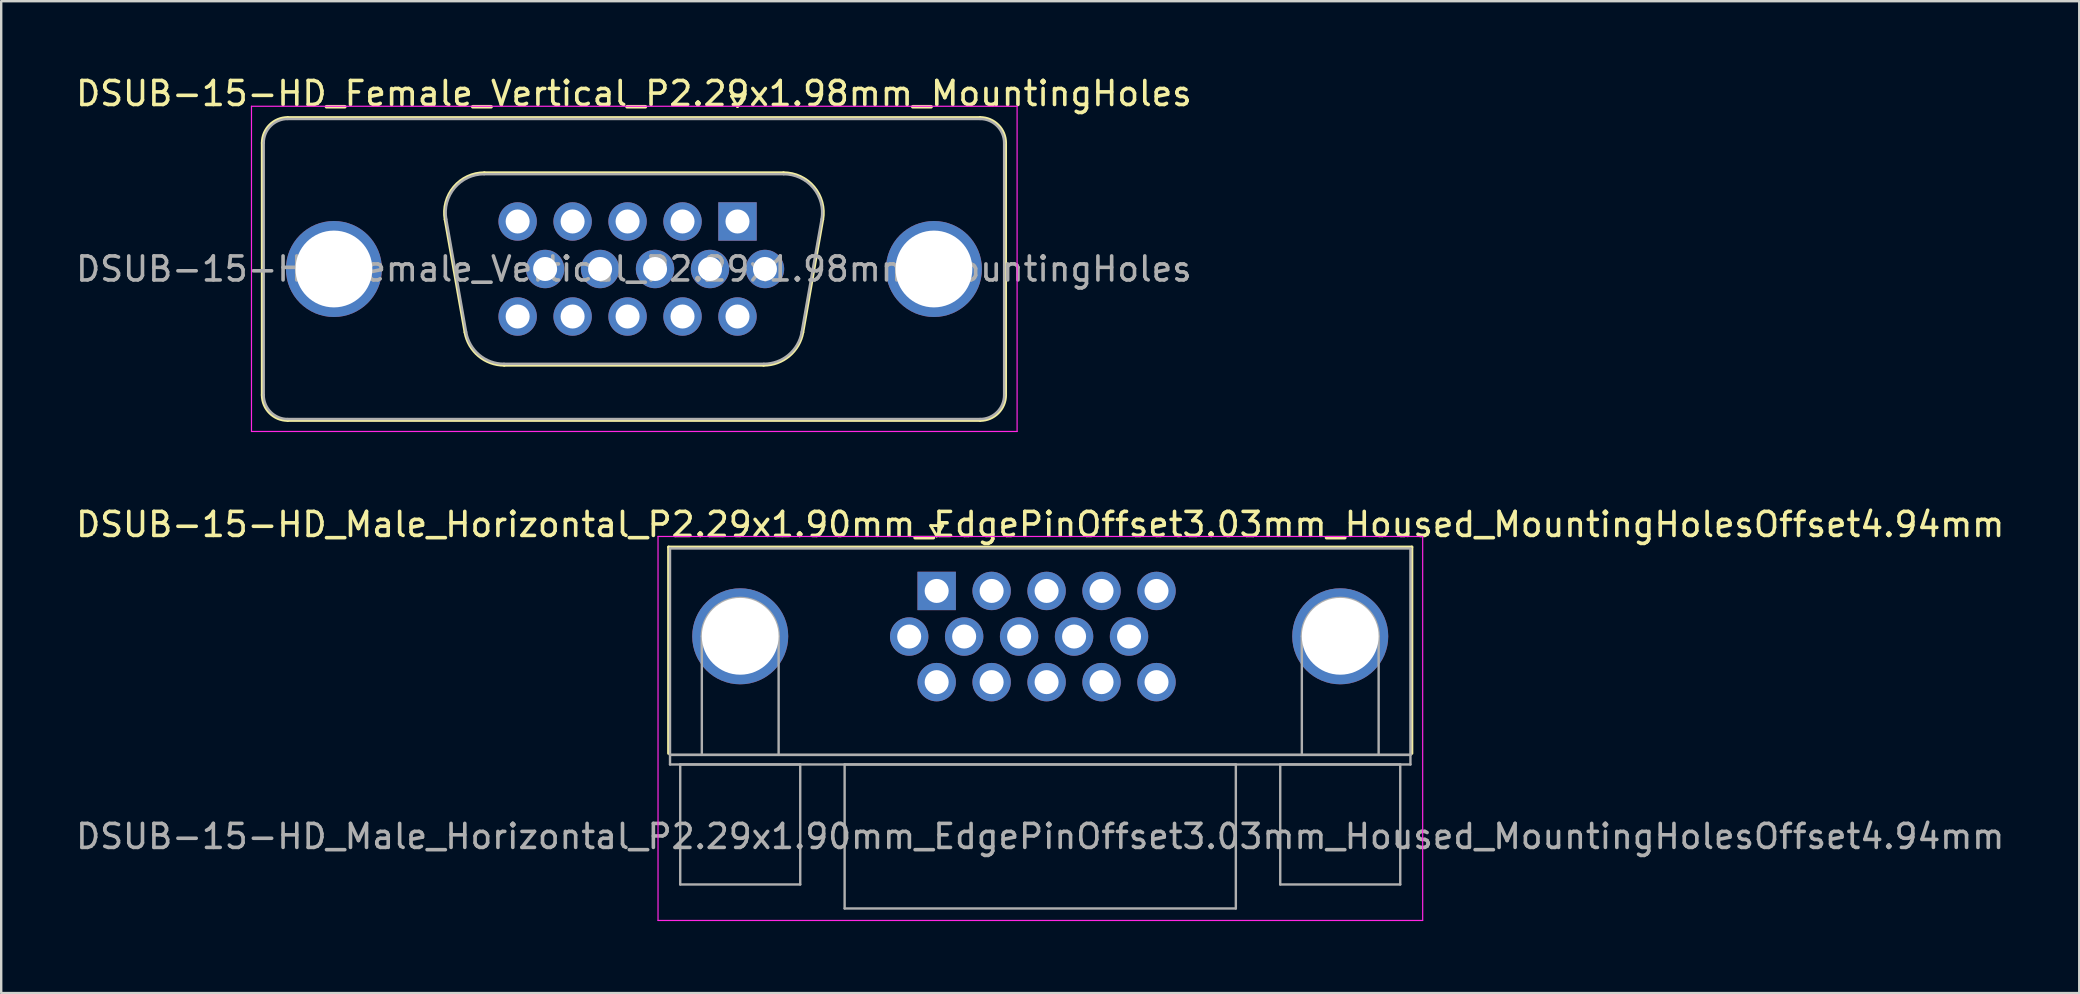
<source format=kicad_pcb>
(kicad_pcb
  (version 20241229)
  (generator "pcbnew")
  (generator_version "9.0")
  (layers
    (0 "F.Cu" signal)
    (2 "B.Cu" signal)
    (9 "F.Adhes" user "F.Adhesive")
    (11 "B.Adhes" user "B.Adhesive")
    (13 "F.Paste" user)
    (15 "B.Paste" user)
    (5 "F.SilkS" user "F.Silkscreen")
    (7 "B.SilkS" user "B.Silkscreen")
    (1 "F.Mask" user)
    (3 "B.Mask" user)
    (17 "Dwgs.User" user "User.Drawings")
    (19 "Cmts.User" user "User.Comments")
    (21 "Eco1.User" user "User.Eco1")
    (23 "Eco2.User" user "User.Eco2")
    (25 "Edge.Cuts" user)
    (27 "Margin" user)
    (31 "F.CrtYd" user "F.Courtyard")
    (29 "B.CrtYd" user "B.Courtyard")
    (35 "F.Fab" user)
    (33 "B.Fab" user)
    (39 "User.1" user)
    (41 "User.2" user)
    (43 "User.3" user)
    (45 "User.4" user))
  (footprint "DSUB-15-HD_Male_Horizontal_P2.29x1.90mm_EdgePinOffset3.03mm_Housed_MountingHolesOffset4.94mm"
    (layer "F.Cu")
    (at 35.977 21.572)
    (property "Reference" "DSUB-15-HD_Male_Horizontal_P2.29x1.90mm_EdgePinOffset3.03mm_Housed_MountingHolesOffset4.94mm" (at 4.315 -2.77 0) (layer "F.SilkS") (effects (font (size 1 1) (thickness 0.15))))
    (attr through_hole)
    (fp_line (start -11.17 -1.83) (end 19.8 -1.83) (stroke (width 0.12) (type solid)) (layer "F.SilkS"))
    (fp_line (start -11.17 6.77) (end -11.17 -1.83) (stroke (width 0.12) (type solid)) (layer "F.SilkS"))
    (fp_line (start -0.25 -2.724) (end 0.25 -2.724) (stroke (width 0.12) (type solid)) (layer "F.SilkS"))
    (fp_line (start 0 -2.291) (end -0.25 -2.724) (stroke (width 0.12) (type solid)) (layer "F.SilkS"))
    (fp_line (start 0.25 -2.724) (end 0 -2.291) (stroke (width 0.12) (type solid)) (layer "F.SilkS"))
    (fp_line (start 19.8 -1.83) (end 19.8 6.77) (stroke (width 0.12) (type solid)) (layer "F.SilkS"))
    (fp_line (start -11.61 -2.27) (end -11.61 13.73) (stroke (width 0.05) (type solid)) (layer "F.CrtYd"))
    (fp_line (start -11.61 13.73) (end 20.25 13.73) (stroke (width 0.05) (type solid)) (layer "F.CrtYd"))
    (fp_line (start 20.25 -2.27) (end -11.61 -2.27) (stroke (width 0.05) (type solid)) (layer "F.CrtYd"))
    (fp_line (start 20.25 13.73) (end 20.25 -2.27) (stroke (width 0.05) (type solid)) (layer "F.CrtYd"))
    (fp_line (start -11.11 -1.77) (end -11.11 6.83) (stroke (width 0.1) (type solid)) (layer "F.Fab"))
    (fp_line (start -11.11 6.83) (end -11.11 7.23) (stroke (width 0.1) (type solid)) (layer "F.Fab"))
    (fp_line (start -11.11 6.83) (end 19.74 6.83) (stroke (width 0.1) (type solid)) (layer "F.Fab"))
    (fp_line (start -11.11 7.23) (end 19.74 7.23) (stroke (width 0.1) (type solid)) (layer "F.Fab"))
    (fp_line (start -10.685 7.23) (end -10.685 12.23) (stroke (width 0.1) (type solid)) (layer "F.Fab"))
    (fp_line (start -10.685 12.23) (end -5.685 12.23) (stroke (width 0.1) (type solid)) (layer "F.Fab"))
    (fp_line (start -9.785 6.83) (end -9.785 1.89) (stroke (width 0.1) (type solid)) (layer "F.Fab"))
    (fp_line (start -6.585 6.83) (end -6.585 1.89) (stroke (width 0.1) (type solid)) (layer "F.Fab"))
    (fp_line (start -5.685 7.23) (end -10.685 7.23) (stroke (width 0.1) (type solid)) (layer "F.Fab"))
    (fp_line (start -5.685 12.23) (end -5.685 7.23) (stroke (width 0.1) (type solid)) (layer "F.Fab"))
    (fp_line (start -3.835 7.23) (end -3.835 13.23) (stroke (width 0.1) (type solid)) (layer "F.Fab"))
    (fp_line (start -3.835 13.23) (end 12.465 13.23) (stroke (width 0.1) (type solid)) (layer "F.Fab"))
    (fp_line (start 12.465 7.23) (end -3.835 7.23) (stroke (width 0.1) (type solid)) (layer "F.Fab"))
    (fp_line (start 12.465 13.23) (end 12.465 7.23) (stroke (width 0.1) (type solid)) (layer "F.Fab"))
    (fp_line (start 14.315 7.23) (end 14.315 12.23) (stroke (width 0.1) (type solid)) (layer "F.Fab"))
    (fp_line (start 14.315 12.23) (end 19.315 12.23) (stroke (width 0.1) (type solid)) (layer "F.Fab"))
    (fp_line (start 15.215 6.83) (end 15.215 1.89) (stroke (width 0.1) (type solid)) (layer "F.Fab"))
    (fp_line (start 18.415 6.83) (end 18.415 1.89) (stroke (width 0.1) (type solid)) (layer "F.Fab"))
    (fp_line (start 19.315 7.23) (end 14.315 7.23) (stroke (width 0.1) (type solid)) (layer "F.Fab"))
    (fp_line (start 19.315 12.23) (end 19.315 7.23) (stroke (width 0.1) (type solid)) (layer "F.Fab"))
    (fp_line (start 19.74 -1.77) (end -11.11 -1.77) (stroke (width 0.1) (type solid)) (layer "F.Fab"))
    (fp_line (start 19.74 6.83) (end -11.11 6.83) (stroke (width 0.1) (type solid)) (layer "F.Fab"))
    (fp_line (start 19.74 6.83) (end 19.74 -1.77) (stroke (width 0.1) (type solid)) (layer "F.Fab"))
    (fp_line (start 19.74 7.23) (end 19.74 6.83) (stroke (width 0.1) (type solid)) (layer "F.Fab"))
    (fp_arc (start -9.785 1.89) (mid -8.185 0.29) (end -6.585 1.89) (stroke (width 0.1) (type solid)) (layer "F.Fab"))
    (fp_arc (start 15.215 1.89) (mid 16.815 0.29) (end 18.415 1.89) (stroke (width 0.1) (type solid)) (layer "F.Fab"))
    (fp_text user "${REFERENCE}" (at 4.315 10.23 0) (layer "F.Fab") (effects (font (size 1 1) (thickness 0.15))))
    (pad "0" thru_hole circle (at -8.185 1.89) (size 4 4) (drill 3.2) (layers "*.Cu" "*.Mask"))
    (pad "0" thru_hole circle (at 16.815 1.89) (size 4 4) (drill 3.2) (layers "*.Cu" "*.Mask"))
    (pad "1" thru_hole rect (at 0 0) (size 1.6 1.6) (drill 1) (layers "*.Cu" "*.Mask"))
    (pad "2" thru_hole circle (at 2.29 0) (size 1.6 1.6) (drill 1) (layers "*.Cu" "*.Mask"))
    (pad "3" thru_hole circle (at 4.58 0) (size 1.6 1.6) (drill 1) (layers "*.Cu" "*.Mask"))
    (pad "4" thru_hole circle (at 6.87 0) (size 1.6 1.6) (drill 1) (layers "*.Cu" "*.Mask"))
    (pad "5" thru_hole circle (at 9.16 0) (size 1.6 1.6) (drill 1) (layers "*.Cu" "*.Mask"))
    (pad "6" thru_hole circle (at -1.145 1.9) (size 1.6 1.6) (drill 1) (layers "*.Cu" "*.Mask"))
    (pad "7" thru_hole circle (at 1.145 1.9) (size 1.6 1.6) (drill 1) (layers "*.Cu" "*.Mask"))
    (pad "8" thru_hole circle (at 3.435 1.9) (size 1.6 1.6) (drill 1) (layers "*.Cu" "*.Mask"))
    (pad "9" thru_hole circle (at 5.725 1.9) (size 1.6 1.6) (drill 1) (layers "*.Cu" "*.Mask"))
    (pad "10" thru_hole circle (at 8.015 1.9) (size 1.6 1.6) (drill 1) (layers "*.Cu" "*.Mask"))
    (pad "11" thru_hole circle (at 0 3.8) (size 1.6 1.6) (drill 1) (layers "*.Cu" "*.Mask"))
    (pad "12" thru_hole circle (at 2.29 3.8) (size 1.6 1.6) (drill 1) (layers "*.Cu" "*.Mask"))
    (pad "13" thru_hole circle (at 4.58 3.8) (size 1.6 1.6) (drill 1) (layers "*.Cu" "*.Mask"))
    (pad "14" thru_hole circle (at 6.87 3.8) (size 1.6 1.6) (drill 1) (layers "*.Cu" "*.Mask"))
    (pad "15" thru_hole circle (at 9.16 3.8) (size 1.6 1.6) (drill 1) (layers "*.Cu" "*.Mask")))
  (footprint "DSUB-15-HD_Female_Vertical_P2.29x1.98mm_MountingHoles"
    (layer "F.Cu")
    (at 27.678 6.178)
    (property "Reference" "DSUB-15-HD_Female_Vertical_P2.29x1.98mm_MountingHoles" (at -4.315 -5.33 0) (layer "F.SilkS") (effects (font (size 1 1) (thickness 0.15))))
    (attr through_hole)
    (fp_line (start -19.8 7.23) (end -19.8 -3.27) (stroke (width 0.12) (type solid)) (layer "F.SilkS"))
    (fp_line (start -18.74 -4.33) (end 10.11 -4.33) (stroke (width 0.12) (type solid)) (layer "F.SilkS"))
    (fp_line (start -12.181 -0.082) (end -11.353 4.618) (stroke (width 0.12) (type solid)) (layer "F.SilkS"))
    (fp_line (start -10.547 -2.03) (end 1.917 -2.03) (stroke (width 0.12) (type solid)) (layer "F.SilkS"))
    (fp_line (start -9.718 5.99) (end 1.088 5.99) (stroke (width 0.12) (type solid)) (layer "F.SilkS"))
    (fp_line (start -0.25 -5.224) (end 0.25 -5.224) (stroke (width 0.12) (type solid)) (layer "F.SilkS"))
    (fp_line (start 0 -4.791) (end -0.25 -5.224) (stroke (width 0.12) (type solid)) (layer "F.SilkS"))
    (fp_line (start 0.25 -5.224) (end 0 -4.791) (stroke (width 0.12) (type solid)) (layer "F.SilkS"))
    (fp_line (start 3.551 -0.082) (end 2.723 4.618) (stroke (width 0.12) (type solid)) (layer "F.SilkS"))
    (fp_line (start 10.11 8.29) (end -18.74 8.29) (stroke (width 0.12) (type solid)) (layer "F.SilkS"))
    (fp_line (start 11.17 -3.27) (end 11.17 7.23) (stroke (width 0.12) (type solid)) (layer "F.SilkS"))
    (fp_arc (start -19.8 -3.27) (mid -19.489533 -4.019533) (end -18.74 -4.33) (stroke (width 0.12) (type solid)) (layer "F.SilkS"))
    (fp_arc (start -18.74 8.29) (mid -19.489533 7.979533) (end -19.8 7.23) (stroke (width 0.12) (type solid)) (layer "F.SilkS"))
    (fp_arc (start -12.18147 -0.081744) (mid -11.818323 -1.437028) (end -10.546689 -2.03) (stroke (width 0.12) (type solid)) (layer "F.SilkS"))
    (fp_arc (start -9.717952 5.99) (mid -10.784979 5.601634) (end -11.352733 4.618256) (stroke (width 0.12) (type solid)) (layer "F.SilkS"))
    (fp_arc (start 1.916689 -2.03) (mid 3.188323 -1.437027) (end 3.55147 -0.081744) (stroke (width 0.12) (type solid)) (layer "F.SilkS"))
    (fp_arc (start 2.722733 4.618256) (mid 2.15498 5.601634) (end 1.087952 5.99) (stroke (width 0.12) (type solid)) (layer "F.SilkS"))
    (fp_arc (start 10.11 -4.33) (mid 10.859533 -4.019533) (end 11.17 -3.27) (stroke (width 0.12) (type solid)) (layer "F.SilkS"))
    (fp_arc (start 11.17 7.23) (mid 10.859533 7.979533) (end 10.11 8.29) (stroke (width 0.12) (type solid)) (layer "F.SilkS"))
    (fp_line (start -20.25 -4.8) (end -20.25 8.75) (stroke (width 0.05) (type solid)) (layer "F.CrtYd"))
    (fp_line (start -20.25 8.75) (end 11.65 8.75) (stroke (width 0.05) (type solid)) (layer "F.CrtYd"))
    (fp_line (start 11.65 -4.8) (end -20.25 -4.8) (stroke (width 0.05) (type solid)) (layer "F.CrtYd"))
    (fp_line (start 11.65 8.75) (end 11.65 -4.8) (stroke (width 0.05) (type solid)) (layer "F.CrtYd"))
    (fp_line (start -19.74 7.23) (end -19.74 -3.27) (stroke (width 0.1) (type solid)) (layer "F.Fab"))
    (fp_line (start -18.74 -4.27) (end 10.11 -4.27) (stroke (width 0.1) (type solid)) (layer "F.Fab"))
    (fp_line (start -12.134 -0.092) (end -11.305 4.608) (stroke (width 0.1) (type solid)) (layer "F.Fab"))
    (fp_line (start -10.558 -1.97) (end 1.928 -1.97) (stroke (width 0.1) (type solid)) (layer "F.Fab"))
    (fp_line (start -9.729 5.93) (end 1.099 5.93) (stroke (width 0.1) (type solid)) (layer "F.Fab"))
    (fp_line (start 3.504 -0.092) (end 2.675 4.608) (stroke (width 0.1) (type solid)) (layer "F.Fab"))
    (fp_line (start 10.11 8.23) (end -18.74 8.23) (stroke (width 0.1) (type solid)) (layer "F.Fab"))
    (fp_line (start 11.11 -3.27) (end 11.11 7.23) (stroke (width 0.1) (type solid)) (layer "F.Fab"))
    (fp_arc (start -19.74 -3.27) (mid -19.447107 -3.977107) (end -18.74 -4.27) (stroke (width 0.1) (type solid)) (layer "F.Fab"))
    (fp_arc (start -18.74 8.23) (mid -19.447107 7.937107) (end -19.74 7.23) (stroke (width 0.1) (type solid)) (layer "F.Fab"))
    (fp_arc (start -12.133886 -0.092163) (mid -11.783865 -1.39846) (end -10.558194 -1.97) (stroke (width 0.1) (type solid)) (layer "F.Fab"))
    (fp_arc (start -9.729457 5.93) (mid -10.757917 5.555671) (end -11.305149 4.607837) (stroke (width 0.1) (type solid)) (layer "F.Fab"))
    (fp_arc (start 1.928194 -1.97) (mid 3.153865 -1.39846) (end 3.503886 -0.092163) (stroke (width 0.1) (type solid)) (layer "F.Fab"))
    (fp_arc (start 2.675149 4.607837) (mid 2.127917 5.555671) (end 1.099457 5.93) (stroke (width 0.1) (type solid)) (layer "F.Fab"))
    (fp_arc (start 10.11 -4.27) (mid 10.817107 -3.977107) (end 11.11 -3.27) (stroke (width 0.1) (type solid)) (layer "F.Fab"))
    (fp_arc (start 11.11 7.23) (mid 10.817107 7.937107) (end 10.11 8.23) (stroke (width 0.1) (type solid)) (layer "F.Fab"))
    (fp_text user "${REFERENCE}" (at -4.315 1.98 0) (layer "F.Fab") (effects (font (size 1 1) (thickness 0.15))))
    (pad "0" thru_hole circle (at -16.815 1.98) (size 4 4) (drill 3.2) (layers "*.Cu" "*.Mask"))
    (pad "0" thru_hole circle (at 8.185 1.98) (size 4 4) (drill 3.2) (layers "*.Cu" "*.Mask"))
    (pad "1" thru_hole rect (at 0 0) (size 1.6 1.6) (drill 1) (layers "*.Cu" "*.Mask"))
    (pad "2" thru_hole circle (at -2.29 0) (size 1.6 1.6) (drill 1) (layers "*.Cu" "*.Mask"))
    (pad "3" thru_hole circle (at -4.58 0) (size 1.6 1.6) (drill 1) (layers "*.Cu" "*.Mask"))
    (pad "4" thru_hole circle (at -6.87 0) (size 1.6 1.6) (drill 1) (layers "*.Cu" "*.Mask"))
    (pad "5" thru_hole circle (at -9.16 0) (size 1.6 1.6) (drill 1) (layers "*.Cu" "*.Mask"))
    (pad "6" thru_hole circle (at 1.145 1.98) (size 1.6 1.6) (drill 1) (layers "*.Cu" "*.Mask"))
    (pad "7" thru_hole circle (at -1.145 1.98) (size 1.6 1.6) (drill 1) (layers "*.Cu" "*.Mask"))
    (pad "8" thru_hole circle (at -3.435 1.98) (size 1.6 1.6) (drill 1) (layers "*.Cu" "*.Mask"))
    (pad "9" thru_hole circle (at -5.725 1.98) (size 1.6 1.6) (drill 1) (layers "*.Cu" "*.Mask"))
    (pad "10" thru_hole circle (at -8.015 1.98) (size 1.6 1.6) (drill 1) (layers "*.Cu" "*.Mask"))
    (pad "11" thru_hole circle (at 0 3.96) (size 1.6 1.6) (drill 1) (layers "*.Cu" "*.Mask"))
    (pad "12" thru_hole circle (at -2.29 3.96) (size 1.6 1.6) (drill 1) (layers "*.Cu" "*.Mask"))
    (pad "13" thru_hole circle (at -4.58 3.96) (size 1.6 1.6) (drill 1) (layers "*.Cu" "*.Mask"))
    (pad "14" thru_hole circle (at -6.87 3.96) (size 1.6 1.6) (drill 1) (layers "*.Cu" "*.Mask"))
    (pad "15" thru_hole circle (at -9.16 3.96) (size 1.6 1.6) (drill 1) (layers "*.Cu" "*.Mask")))
  (gr_rect
    (start -3 -3)
    (end 83.583 38.327)
    (stroke (width 0.1) (type default))
    (fill no)
    (layer "Edge.Cuts")))
</source>
